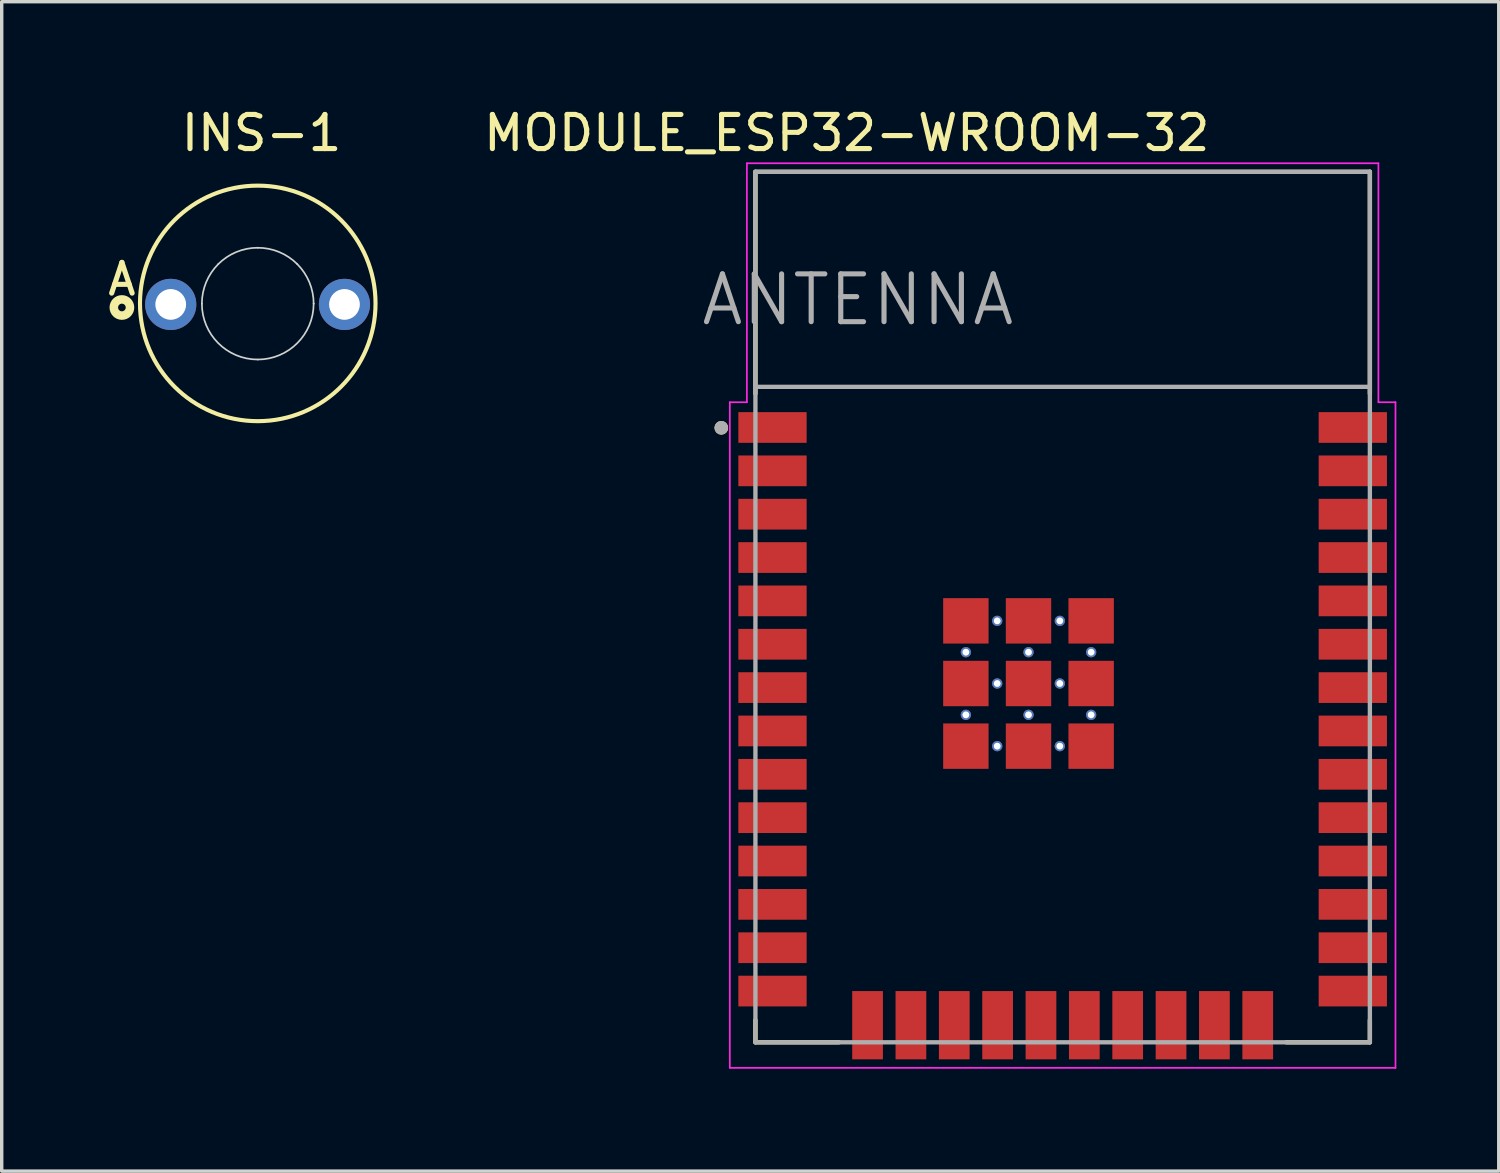
<source format=kicad_pcb>
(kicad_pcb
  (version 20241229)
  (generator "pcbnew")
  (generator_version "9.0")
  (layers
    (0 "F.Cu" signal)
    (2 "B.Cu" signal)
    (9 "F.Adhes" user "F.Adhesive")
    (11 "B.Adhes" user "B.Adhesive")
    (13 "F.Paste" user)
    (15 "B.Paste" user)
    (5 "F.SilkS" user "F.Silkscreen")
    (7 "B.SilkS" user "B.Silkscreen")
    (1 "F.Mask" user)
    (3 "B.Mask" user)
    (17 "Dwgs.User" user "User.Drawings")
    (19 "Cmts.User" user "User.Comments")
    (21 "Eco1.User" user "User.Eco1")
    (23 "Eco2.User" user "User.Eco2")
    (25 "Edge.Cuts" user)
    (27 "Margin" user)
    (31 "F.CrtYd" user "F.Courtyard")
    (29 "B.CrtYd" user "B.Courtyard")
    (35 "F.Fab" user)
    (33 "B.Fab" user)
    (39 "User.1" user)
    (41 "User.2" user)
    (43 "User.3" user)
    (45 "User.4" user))
  (footprint "MODULE_ESP32-WROOM-32"
    (layer "F.Cu")
    (at 28.08 14.733)
    (property "Reference" "MODULE_ESP32-WROOM-32" (at -6.325 -13.885 0) (layer "F.SilkS") (effects (font (size 1 1) (thickness 0.15))))
    (attr through_hole)
    (fp_line (start -9 -12.75) (end 9 -12.75) (stroke (width 0.127) (type solid)) (layer "F.SilkS"))
    (fp_line (start -9 -6.25) (end -9 -12.75) (stroke (width 0.127) (type solid)) (layer "F.SilkS"))
    (fp_line (start -9 12.1) (end -9 12.75) (stroke (width 0.127) (type solid)) (layer "F.SilkS"))
    (fp_line (start -9 12.75) (end -6.55 12.75) (stroke (width 0.127) (type solid)) (layer "F.SilkS"))
    (fp_line (start 6.55 12.75) (end 9 12.75) (stroke (width 0.127) (type solid)) (layer "F.SilkS"))
    (fp_line (start 9 -12.75) (end 9 -6.25) (stroke (width 0.127) (type solid)) (layer "F.SilkS"))
    (fp_line (start 9 12.75) (end 9 12.1) (stroke (width 0.127) (type solid)) (layer "F.SilkS"))
    (fp_circle (center -10 -5.25) (end -9.9 -5.25) (stroke (width 0.2) (type solid)) (fill no) (layer "F.SilkS"))
    (fp_line (start -9.75 -6) (end -9.25 -6) (stroke (width 0.05) (type solid)) (layer "F.CrtYd"))
    (fp_line (start -9.75 13.5) (end -9.75 -6) (stroke (width 0.05) (type solid)) (layer "F.CrtYd"))
    (fp_line (start -9.25 -13) (end 9.25 -13) (stroke (width 0.05) (type solid)) (layer "F.CrtYd"))
    (fp_line (start -9.25 -6) (end -9.25 -13) (stroke (width 0.05) (type solid)) (layer "F.CrtYd"))
    (fp_line (start 9.25 -13) (end 9.25 -6) (stroke (width 0.05) (type solid)) (layer "F.CrtYd"))
    (fp_line (start 9.25 -6) (end 9.75 -6) (stroke (width 0.05) (type solid)) (layer "F.CrtYd"))
    (fp_line (start 9.75 -6) (end 9.75 13.5) (stroke (width 0.05) (type solid)) (layer "F.CrtYd"))
    (fp_line (start 9.75 13.5) (end -9.75 13.5) (stroke (width 0.05) (type solid)) (layer "F.CrtYd"))
    (fp_line (start -9 -12.75) (end -9 -6.45) (stroke (width 0.127) (type solid)) (layer "F.Fab"))
    (fp_line (start -9 -12.75) (end 9 -12.75) (stroke (width 0.127) (type solid)) (layer "F.Fab"))
    (fp_line (start -9 -6.45) (end 9 -6.45) (stroke (width 0.127) (type solid)) (layer "F.Fab"))
    (fp_line (start -9 12.75) (end -9 -6.45) (stroke (width 0.127) (type solid)) (layer "F.Fab"))
    (fp_line (start 9 -12.75) (end 9 -6.45) (stroke (width 0.127) (type solid)) (layer "F.Fab"))
    (fp_line (start 9 -6.45) (end 9 12.75) (stroke (width 0.127) (type solid)) (layer "F.Fab"))
    (fp_line (start 9 12.75) (end -9 12.75) (stroke (width 0.127) (type solid)) (layer "F.Fab"))
    (fp_circle (center -10 -5.25) (end -9.9 -5.25) (stroke (width 0.2) (type solid)) (fill no) (layer "F.Fab"))
    (fp_text user "ANTENNA" (at -6 -9 0) (layer "F.Fab") (effects (font (size 1.4 1.4) (thickness 0.15))))
    (pad "1" smd rect (at -8.5 -5.26) (size 2 0.9) (layers "F.Cu" "F.Mask" "F.Paste"))
    (pad "2" smd rect (at -8.5 -3.99) (size 2 0.9) (layers "F.Cu" "F.Mask" "F.Paste"))
    (pad "3" smd rect (at -8.5 -2.72) (size 2 0.9) (layers "F.Cu" "F.Mask" "F.Paste"))
    (pad "4" smd rect (at -8.5 -1.45) (size 2 0.9) (layers "F.Cu" "F.Mask" "F.Paste"))
    (pad "5" smd rect (at -8.5 -0.18) (size 2 0.9) (layers "F.Cu" "F.Mask" "F.Paste"))
    (pad "6" smd rect (at -8.5 1.09) (size 2 0.9) (layers "F.Cu" "F.Mask" "F.Paste"))
    (pad "7" smd rect (at -8.5 2.36) (size 2 0.9) (layers "F.Cu" "F.Mask" "F.Paste"))
    (pad "8" smd rect (at -8.5 3.63) (size 2 0.9) (layers "F.Cu" "F.Mask" "F.Paste"))
    (pad "9" smd rect (at -8.5 4.9) (size 2 0.9) (layers "F.Cu" "F.Mask" "F.Paste"))
    (pad "10" smd rect (at -8.5 6.17) (size 2 0.9) (layers "F.Cu" "F.Mask" "F.Paste"))
    (pad "11" smd rect (at -8.5 7.44) (size 2 0.9) (layers "F.Cu" "F.Mask" "F.Paste"))
    (pad "12" smd rect (at -8.5 8.71) (size 2 0.9) (layers "F.Cu" "F.Mask" "F.Paste"))
    (pad "13" smd rect (at -8.5 9.98) (size 2 0.9) (layers "F.Cu" "F.Mask" "F.Paste"))
    (pad "14" smd rect (at -8.5 11.25) (size 2 0.9) (layers "F.Cu" "F.Mask" "F.Paste"))
    (pad "15" smd rect (at -5.715 12.25) (size 0.9 2) (layers "F.Cu" "F.Mask" "F.Paste"))
    (pad "16" smd rect (at -4.445 12.25) (size 0.9 2) (layers "F.Cu" "F.Mask" "F.Paste"))
    (pad "17" smd rect (at -3.175 12.25) (size 0.9 2) (layers "F.Cu" "F.Mask" "F.Paste"))
    (pad "18" smd rect (at -1.905 12.25) (size 0.9 2) (layers "F.Cu" "F.Mask" "F.Paste"))
    (pad "19" smd rect (at -0.635 12.25) (size 0.9 2) (layers "F.Cu" "F.Mask" "F.Paste"))
    (pad "20" smd rect (at 0.635 12.25) (size 0.9 2) (layers "F.Cu" "F.Mask" "F.Paste"))
    (pad "21" smd rect (at 1.905 12.25) (size 0.9 2) (layers "F.Cu" "F.Mask" "F.Paste"))
    (pad "22" smd rect (at 3.175 12.25) (size 0.9 2) (layers "F.Cu" "F.Mask" "F.Paste"))
    (pad "23" smd rect (at 4.445 12.25) (size 0.9 2) (layers "F.Cu" "F.Mask" "F.Paste"))
    (pad "24" smd rect (at 5.715 12.25) (size 0.9 2) (layers "F.Cu" "F.Mask" "F.Paste"))
    (pad "25" smd rect (at 8.5 11.25) (size 2 0.9) (layers "F.Cu" "F.Mask" "F.Paste"))
    (pad "26" smd rect (at 8.5 9.98) (size 2 0.9) (layers "F.Cu" "F.Mask" "F.Paste"))
    (pad "27" smd rect (at 8.5 8.71) (size 2 0.9) (layers "F.Cu" "F.Mask" "F.Paste"))
    (pad "28" smd rect (at 8.5 7.44) (size 2 0.9) (layers "F.Cu" "F.Mask" "F.Paste"))
    (pad "29" smd rect (at 8.5 6.17) (size 2 0.9) (layers "F.Cu" "F.Mask" "F.Paste"))
    (pad "30" smd rect (at 8.5 4.9) (size 2 0.9) (layers "F.Cu" "F.Mask" "F.Paste"))
    (pad "31" smd rect (at 8.5 3.63) (size 2 0.9) (layers "F.Cu" "F.Mask" "F.Paste"))
    (pad "32" smd rect (at 8.5 2.36) (size 2 0.9) (layers "F.Cu" "F.Mask" "F.Paste"))
    (pad "33" smd rect (at 8.5 1.09) (size 2 0.9) (layers "F.Cu" "F.Mask" "F.Paste"))
    (pad "34" smd rect (at 8.5 -0.18) (size 2 0.9) (layers "F.Cu" "F.Mask" "F.Paste"))
    (pad "35" smd rect (at 8.5 -1.45) (size 2 0.9) (layers "F.Cu" "F.Mask" "F.Paste"))
    (pad "36" smd rect (at 8.5 -2.72) (size 2 0.9) (layers "F.Cu" "F.Mask" "F.Paste"))
    (pad "37" smd rect (at 8.5 -3.99) (size 2 0.9) (layers "F.Cu" "F.Mask" "F.Paste"))
    (pad "38" smd rect (at 8.5 -5.26) (size 2 0.9) (layers "F.Cu" "F.Mask" "F.Paste"))
    (pad "39_1" smd rect (at -2.835 0.405) (size 1.33 1.33) (layers "F.Cu" "F.Mask" "F.Paste"))
    (pad "39_2" smd rect (at -1 0.405) (size 1.33 1.33) (layers "F.Cu" "F.Mask" "F.Paste"))
    (pad "39_3" smd rect (at 0.835 0.405) (size 1.33 1.33) (layers "F.Cu" "F.Mask" "F.Paste"))
    (pad "39_4" smd rect (at -2.835 2.24) (size 1.33 1.33) (layers "F.Cu" "F.Mask" "F.Paste"))
    (pad "39_5" smd rect (at -1 2.24) (size 1.33 1.33) (layers "F.Cu" "F.Mask" "F.Paste"))
    (pad "39_6" smd rect (at 0.835 2.24) (size 1.33 1.33) (layers "F.Cu" "F.Mask" "F.Paste"))
    (pad "39_7" smd rect (at -2.835 4.075) (size 1.33 1.33) (layers "F.Cu" "F.Mask" "F.Paste"))
    (pad "39_8" smd rect (at -1 4.075) (size 1.33 1.33) (layers "F.Cu" "F.Mask" "F.Paste"))
    (pad "39_9" smd rect (at 0.835 4.075) (size 1.33 1.33) (layers "F.Cu" "F.Mask" "F.Paste"))
    (pad "39_10" thru_hole circle (at -1.917 0.405) (size 0.3 0.3) (drill 0.2) (layers "*.Cu" "*.Mask"))
    (pad "39_11" thru_hole circle (at -0.083 0.405) (size 0.3 0.3) (drill 0.2) (layers "*.Cu" "*.Mask"))
    (pad "39_12" thru_hole circle (at -2.835 1.323) (size 0.3 0.3) (drill 0.2) (layers "*.Cu" "*.Mask"))
    (pad "39_13" thru_hole circle (at -1 1.323) (size 0.3 0.3) (drill 0.2) (layers "*.Cu" "*.Mask"))
    (pad "39_14" thru_hole circle (at 0.835 1.323) (size 0.3 0.3) (drill 0.2) (layers "*.Cu" "*.Mask"))
    (pad "39_15" thru_hole circle (at -1.917 2.24) (size 0.3 0.3) (drill 0.2) (layers "*.Cu" "*.Mask"))
    (pad "39_16" thru_hole circle (at -0.083 2.24) (size 0.3 0.3) (drill 0.2) (layers "*.Cu" "*.Mask"))
    (pad "39_17" thru_hole circle (at -2.835 3.158) (size 0.3 0.3) (drill 0.2) (layers "*.Cu" "*.Mask"))
    (pad "39_18" thru_hole circle (at -1 3.158) (size 0.3 0.3) (drill 0.2) (layers "*.Cu" "*.Mask"))
    (pad "39_19" thru_hole circle (at 0.835 3.158) (size 0.3 0.3) (drill 0.2) (layers "*.Cu" "*.Mask"))
    (pad "39_20" thru_hole circle (at -1.917 4.075) (size 0.3 0.3) (drill 0.2) (layers "*.Cu" "*.Mask"))
    (pad "39_21" thru_hole circle (at -0.083 4.075) (size 0.3 0.3) (drill 0.2) (layers "*.Cu" "*.Mask"))
    (zone (net_name "") (layer "F.Cu") (hatch full 0.508) (connect_pads) (min_thickness 0.01) (filled_areas_thickness no) (keepout (tracks not_allowed) (vias not_allowed) (pads not_allowed) (copperpour not_allowed) (footprints allowed)) (placement (enabled no)) (fill) (polygon (pts (xy 19.08 1.983) (xy 37.08 1.983) (xy 37.08 8.283) (xy 19.08 8.283))))
    (zone (net_name "") (layers "F.Cu" "B.Cu") (hatch full 0.508) (connect_pads) (min_thickness 0.01) (filled_areas_thickness no) (keepout (tracks allowed) (vias not_allowed) (pads allowed) (copperpour allowed) (footprints allowed)) (placement (enabled no)) (fill) (polygon (pts (xy 19.08 1.983) (xy 37.08 1.983) (xy 37.08 8.283) (xy 19.08 8.283))))
    (zone (net_name "") (layer "B.Cu") (hatch full 0.508) (connect_pads) (min_thickness 0.01) (filled_areas_thickness no) (keepout (tracks not_allowed) (vias not_allowed) (pads not_allowed) (copperpour not_allowed) (footprints allowed)) (placement (enabled no)) (fill) (polygon (pts (xy 19.08 1.983) (xy 37.08 1.983) (xy 37.08 8.283) (xy 19.08 8.283)))))
  (footprint "INS-1"
    (layer "F.Cu")
    (at 4.531 5.948)
    (property "Reference" "INS-1" (at 0.08 -5.1 0) (layer "F.SilkS") (effects (font (size 1 1) (thickness 0.15))))
    (attr through_hole)
    (fp_circle (center -4.01 0.01) (end -3.898 0.01) (stroke (width 0.25) (type solid)) (fill no) (layer "F.SilkS"))
    (fp_circle (center -0.03 -0.11) (end 3.42 -0.11) (stroke (width 0.12) (type solid)) (fill no) (layer "F.SilkS"))
    (fp_line (start 1.607 -0.103) (end 1.607 -0.103) (stroke (width 0.05) (type solid)) (layer "Edge.Cuts"))
    (fp_curve (pts (xy -1.667 -0.103) (xy -1.667 -0.537) (xy -1.494 -0.954) (xy -1.187 -1.261)) (stroke (width 0.05) (type solid)) (layer "Edge.Cuts"))
    (fp_curve (pts (xy -1.187 -1.261) (xy -0.88 -1.568) (xy -0.464 -1.74) (xy -0.03 -1.74)) (stroke (width 0.05) (type solid)) (layer "Edge.Cuts"))
    (fp_curve (pts (xy -0.03 -1.74) (xy 0.404 -1.74) (xy 0.82 -1.568) (xy 1.127 -1.261)) (stroke (width 0.05) (type solid)) (layer "Edge.Cuts"))
    (fp_curve (pts (xy -0.03 1.534) (xy -0.934 1.534) (xy -1.667 0.801) (xy -1.667 -0.103)) (stroke (width 0.05) (type solid)) (layer "Edge.Cuts"))
    (fp_curve (pts (xy 1.127 -1.261) (xy 1.434 -0.954) (xy 1.607 -0.537) (xy 1.607 -0.103)) (stroke (width 0.05) (type solid)) (layer "Edge.Cuts"))
    (fp_curve (pts (xy 1.607 -0.103) (xy 1.607 0.801) (xy 0.874 1.534) (xy -0.03 1.534)) (stroke (width 0.05) (type solid)) (layer "Edge.Cuts"))
    (fp_text user "A" (at -4.01 -0.82 0) (layer "F.SilkS") (effects (font (size 0.9 0.9) (thickness 0.15))))
    (pad "1" thru_hole circle (at -2.58 -0.08) (size 1.5 1.5) (drill 0.9) (layers "*.Cu" "*.Mask"))
    (pad "2" thru_hole circle (at 2.51 -0.08) (size 1.5 1.5) (drill 0.9) (layers "*.Cu" "*.Mask")))
  (gr_rect
    (start -3 -3)
    (end 40.855 31.258)
    (stroke (width 0.1) (type default))
    (fill no)
    (layer "Edge.Cuts")))
</source>
